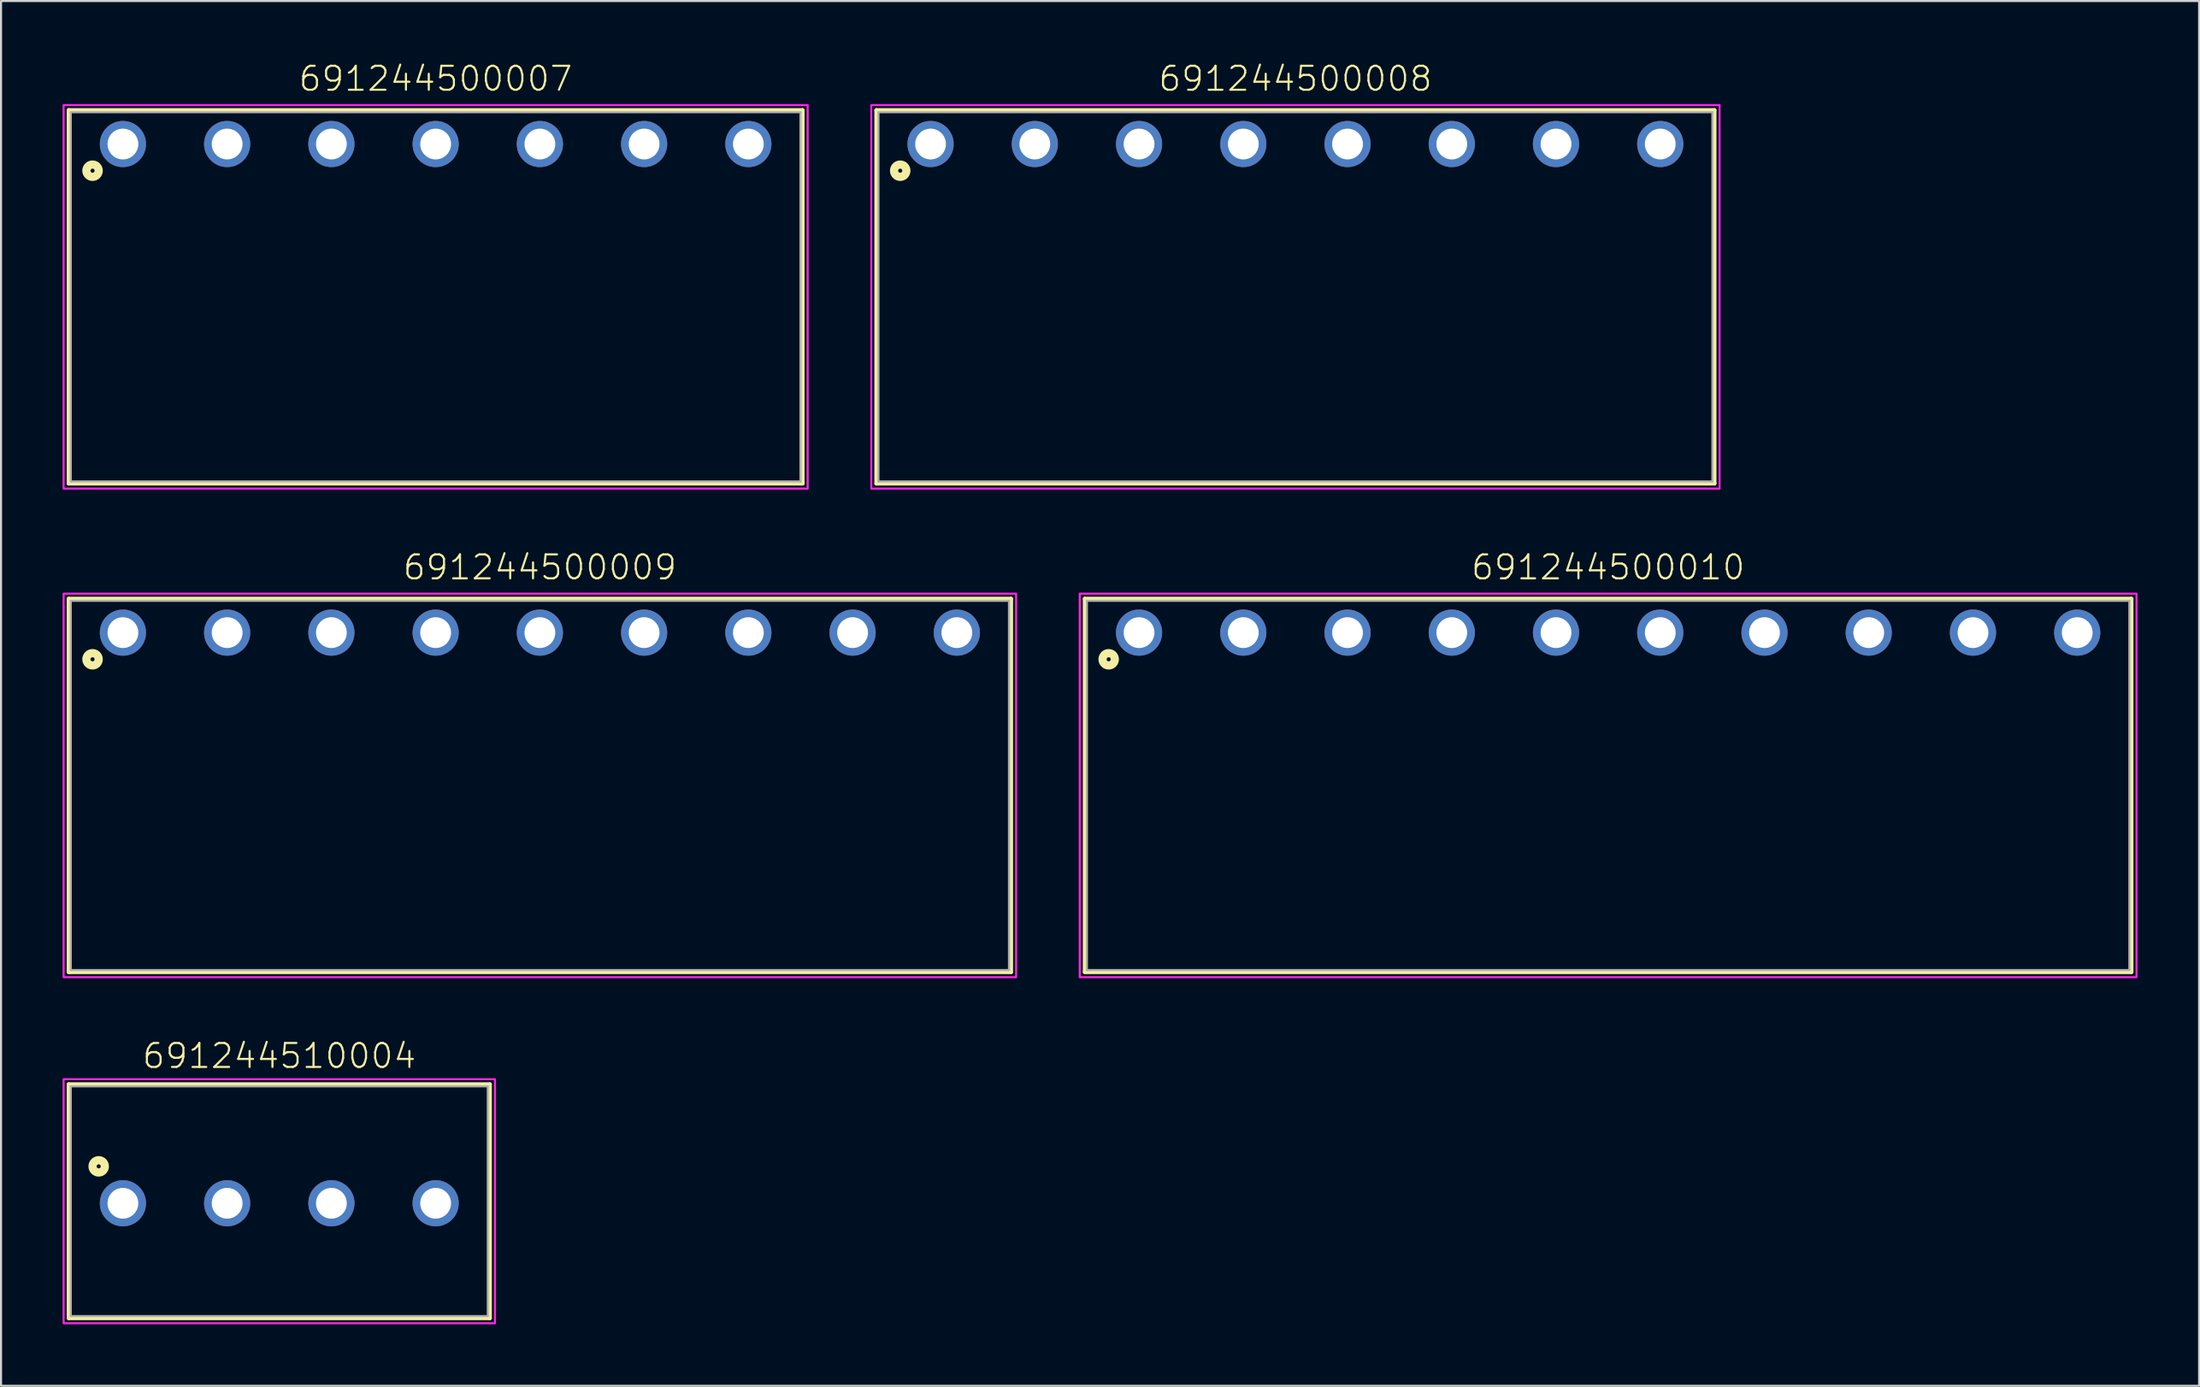
<source format=kicad_pcb>
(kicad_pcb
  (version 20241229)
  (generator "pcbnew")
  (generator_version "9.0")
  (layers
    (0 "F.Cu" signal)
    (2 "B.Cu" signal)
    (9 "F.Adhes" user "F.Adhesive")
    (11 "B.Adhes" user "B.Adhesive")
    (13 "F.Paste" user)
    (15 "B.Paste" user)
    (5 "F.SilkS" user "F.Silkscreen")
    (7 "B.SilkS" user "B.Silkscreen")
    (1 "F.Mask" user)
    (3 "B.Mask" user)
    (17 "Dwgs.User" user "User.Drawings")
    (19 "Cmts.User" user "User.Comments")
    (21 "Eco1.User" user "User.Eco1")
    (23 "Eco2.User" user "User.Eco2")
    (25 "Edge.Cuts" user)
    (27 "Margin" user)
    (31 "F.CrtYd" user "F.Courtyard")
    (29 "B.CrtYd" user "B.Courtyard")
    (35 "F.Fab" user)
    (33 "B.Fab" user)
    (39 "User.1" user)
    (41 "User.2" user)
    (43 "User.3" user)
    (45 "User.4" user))
  (footprint "691244500009"
    (layer "F.Cu")
    (at 23.26 27.796)
    (property "Reference" "691244500009" (at 0 -2.5 0) (unlocked yes) (layer "F.SilkS") (effects (font (size 1.168 1.168) (thickness 0.102)) (justify bottom)))
    (fp_line (start -22.96 -1.65) (end 22.96 -1.65) (stroke (width 0.2) (type solid)) (layer "F.SilkS"))
    (fp_line (start -22.96 16.55) (end -22.96 -1.65) (stroke (width 0.2) (type solid)) (layer "F.SilkS"))
    (fp_line (start 22.96 -1.65) (end 22.96 16.55) (stroke (width 0.2) (type solid)) (layer "F.SilkS"))
    (fp_line (start 22.96 16.55) (end -22.96 16.55) (stroke (width 0.2) (type solid)) (layer "F.SilkS"))
    (fp_circle (center -21.8 1.3) (end -21.7 1.3) (stroke (width 0.4) (type solid)) (fill no) (layer "F.SilkS"))
    (fp_poly (pts (xy 23.21 16.8) (xy -23.21 16.8) (xy -23.21 -1.9) (xy 23.21 -1.9)) (stroke (width 0.1) (type default)) (fill no) (layer "F.CrtYd"))
    (fp_line (start -22.86 16.45) (end -22.86 -1.55) (stroke (width 0.1) (type solid)) (layer "F.Fab"))
    (fp_line (start 22.86 -1.55) (end -22.86 -1.55) (stroke (width 0.1) (type solid)) (layer "F.Fab"))
    (fp_line (start 22.86 16.45) (end -22.86 16.45) (stroke (width 0.1) (type solid)) (layer "F.Fab"))
    (fp_line (start 22.86 16.45) (end 22.86 -1.55) (stroke (width 0.1) (type solid)) (layer "F.Fab"))
    (pad "1" thru_hole circle (at -20.32 0 180) (size 2.25 2.25) (drill 1.5) (layers "*.Cu" "*.Mask"))
    (pad "2" thru_hole circle (at -15.24 0 180) (size 2.25 2.25) (drill 1.5) (layers "*.Cu" "*.Mask"))
    (pad "3" thru_hole circle (at -10.16 0 180) (size 2.25 2.25) (drill 1.5) (layers "*.Cu" "*.Mask"))
    (pad "4" thru_hole circle (at -5.08 0 180) (size 2.25 2.25) (drill 1.5) (layers "*.Cu" "*.Mask"))
    (pad "5" thru_hole circle (at 0 0 180) (size 2.25 2.25) (drill 1.5) (layers "*.Cu" "*.Mask"))
    (pad "6" thru_hole circle (at 5.08 0 180) (size 2.25 2.25) (drill 1.5) (layers "*.Cu" "*.Mask"))
    (pad "7" thru_hole circle (at 10.16 0 180) (size 2.25 2.25) (drill 1.5) (layers "*.Cu" "*.Mask"))
    (pad "8" thru_hole circle (at 15.24 0 180) (size 2.25 2.25) (drill 1.5) (layers "*.Cu" "*.Mask"))
    (pad "9" thru_hole circle (at 20.32 0 180) (size 2.25 2.25) (drill 1.5) (layers "*.Cu" "*.Mask")))
  (footprint "691244510004"
    (layer "F.Cu")
    (at 10.56 55.62)
    (property "Reference" "691244510004" (at 0 -6.5 0) (unlocked yes) (layer "F.SilkS") (effects (font (size 1.168 1.168) (thickness 0.102)) (justify bottom)))
    (fp_line (start -10.26 -5.8) (end 10.26 -5.8) (stroke (width 0.2) (type solid)) (layer "F.SilkS"))
    (fp_line (start -10.26 5.6) (end -10.26 -5.8) (stroke (width 0.2) (type solid)) (layer "F.SilkS"))
    (fp_line (start 10.26 -5.8) (end 10.26 5.6) (stroke (width 0.2) (type solid)) (layer "F.SilkS"))
    (fp_line (start 10.26 5.6) (end -10.26 5.6) (stroke (width 0.2) (type solid)) (layer "F.SilkS"))
    (fp_circle (center -8.8 -1.8) (end -8.7 -1.8) (stroke (width 0.4) (type solid)) (fill no) (layer "F.SilkS"))
    (fp_poly (pts (xy 10.51 5.85) (xy -10.51 5.85) (xy -10.51 -6.05) (xy 10.51 -6.05)) (stroke (width 0.1) (type default)) (fill no) (layer "F.CrtYd"))
    (fp_line (start -10.16 -5.7) (end -10.16 5.5) (stroke (width 0.1) (type solid)) (layer "F.Fab"))
    (fp_line (start -10.16 -5.7) (end 10.16 -5.7) (stroke (width 0.1) (type solid)) (layer "F.Fab"))
    (fp_line (start -10.16 5.5) (end 10.16 5.5) (stroke (width 0.1) (type solid)) (layer "F.Fab"))
    (fp_line (start 10.16 -5.7) (end 10.16 5.5) (stroke (width 0.1) (type solid)) (layer "F.Fab"))
    (pad "1" thru_hole circle (at -7.62 0) (size 2.25 2.25) (drill 1.5) (layers "*.Cu" "*.Mask"))
    (pad "2" thru_hole circle (at -2.54 0) (size 2.25 2.25) (drill 1.5) (layers "*.Cu" "*.Mask"))
    (pad "3" thru_hole circle (at 2.54 0) (size 2.25 2.25) (drill 1.5) (layers "*.Cu" "*.Mask"))
    (pad "4" thru_hole circle (at 7.62 0) (size 2.25 2.25) (drill 1.5) (layers "*.Cu" "*.Mask")))
  (footprint "691244500008"
    (layer "F.Cu")
    (at 60.08 3.973)
    (property "Reference" "691244500008" (at 0 -2.5 0) (unlocked yes) (layer "F.SilkS") (effects (font (size 1.168 1.168) (thickness 0.102)) (justify bottom)))
    (fp_line (start -20.42 -1.65) (end 20.42 -1.65) (stroke (width 0.2) (type solid)) (layer "F.SilkS"))
    (fp_line (start -20.42 16.55) (end -20.42 -1.65) (stroke (width 0.2) (type solid)) (layer "F.SilkS"))
    (fp_line (start 20.42 -1.65) (end 20.42 16.55) (stroke (width 0.2) (type solid)) (layer "F.SilkS"))
    (fp_line (start 20.42 16.55) (end -20.42 16.55) (stroke (width 0.2) (type solid)) (layer "F.SilkS"))
    (fp_circle (center -19.26 1.3) (end -19.16 1.3) (stroke (width 0.4) (type solid)) (fill no) (layer "F.SilkS"))
    (fp_poly (pts (xy 20.67 16.8) (xy -20.67 16.8) (xy -20.67 -1.9) (xy 20.67 -1.9)) (stroke (width 0.1) (type default)) (fill no) (layer "F.CrtYd"))
    (fp_line (start -20.32 16.45) (end -20.32 -1.55) (stroke (width 0.1) (type solid)) (layer "F.Fab"))
    (fp_line (start 20.32 -1.55) (end -20.32 -1.55) (stroke (width 0.1) (type solid)) (layer "F.Fab"))
    (fp_line (start 20.32 16.45) (end -20.32 16.45) (stroke (width 0.1) (type solid)) (layer "F.Fab"))
    (fp_line (start 20.32 16.45) (end 20.32 -1.55) (stroke (width 0.1) (type solid)) (layer "F.Fab"))
    (pad "1" thru_hole circle (at -17.78 0 180) (size 2.25 2.25) (drill 1.5) (layers "*.Cu" "*.Mask"))
    (pad "2" thru_hole circle (at -12.7 0 180) (size 2.25 2.25) (drill 1.5) (layers "*.Cu" "*.Mask"))
    (pad "3" thru_hole circle (at -7.62 0 180) (size 2.25 2.25) (drill 1.5) (layers "*.Cu" "*.Mask"))
    (pad "4" thru_hole circle (at -2.54 0 180) (size 2.25 2.25) (drill 1.5) (layers "*.Cu" "*.Mask"))
    (pad "5" thru_hole circle (at 2.54 0 180) (size 2.25 2.25) (drill 1.5) (layers "*.Cu" "*.Mask"))
    (pad "6" thru_hole circle (at 7.62 0 180) (size 2.25 2.25) (drill 1.5) (layers "*.Cu" "*.Mask"))
    (pad "7" thru_hole circle (at 12.7 0 180) (size 2.25 2.25) (drill 1.5) (layers "*.Cu" "*.Mask"))
    (pad "8" thru_hole circle (at 17.78 0 180) (size 2.25 2.25) (drill 1.5) (layers "*.Cu" "*.Mask")))
  (footprint "691244500010"
    (layer "F.Cu")
    (at 75.32 27.796)
    (property "Reference" "691244500010" (at 0 -2.5 0) (unlocked yes) (layer "F.SilkS") (effects (font (size 1.168 1.168) (thickness 0.102)) (justify bottom)))
    (fp_line (start -25.5 -1.65) (end 25.5 -1.65) (stroke (width 0.2) (type solid)) (layer "F.SilkS"))
    (fp_line (start -25.5 16.55) (end -25.5 -1.65) (stroke (width 0.2) (type solid)) (layer "F.SilkS"))
    (fp_line (start 25.5 -1.65) (end 25.5 16.55) (stroke (width 0.2) (type solid)) (layer "F.SilkS"))
    (fp_line (start 25.5 16.55) (end -25.5 16.55) (stroke (width 0.2) (type solid)) (layer "F.SilkS"))
    (fp_circle (center -24.34 1.3) (end -24.24 1.3) (stroke (width 0.4) (type solid)) (fill no) (layer "F.SilkS"))
    (fp_poly (pts (xy 25.75 16.8) (xy -25.75 16.8) (xy -25.75 -1.9) (xy 25.75 -1.9)) (stroke (width 0.1) (type default)) (fill no) (layer "F.CrtYd"))
    (fp_line (start -25.4 16.45) (end -25.4 -1.55) (stroke (width 0.1) (type solid)) (layer "F.Fab"))
    (fp_line (start 25.4 -1.55) (end -25.4 -1.55) (stroke (width 0.1) (type solid)) (layer "F.Fab"))
    (fp_line (start 25.4 16.45) (end -25.4 16.45) (stroke (width 0.1) (type solid)) (layer "F.Fab"))
    (fp_line (start 25.4 16.45) (end 25.4 -1.55) (stroke (width 0.1) (type solid)) (layer "F.Fab"))
    (pad "1" thru_hole circle (at -22.86 0 180) (size 2.25 2.25) (drill 1.5) (layers "*.Cu" "*.Mask"))
    (pad "2" thru_hole circle (at -17.78 0 180) (size 2.25 2.25) (drill 1.5) (layers "*.Cu" "*.Mask"))
    (pad "3" thru_hole circle (at -12.7 0 180) (size 2.25 2.25) (drill 1.5) (layers "*.Cu" "*.Mask"))
    (pad "4" thru_hole circle (at -7.62 0 180) (size 2.25 2.25) (drill 1.5) (layers "*.Cu" "*.Mask"))
    (pad "5" thru_hole circle (at -2.54 0 180) (size 2.25 2.25) (drill 1.5) (layers "*.Cu" "*.Mask"))
    (pad "6" thru_hole circle (at 2.54 0 180) (size 2.25 2.25) (drill 1.5) (layers "*.Cu" "*.Mask"))
    (pad "7" thru_hole circle (at 7.62 0 180) (size 2.25 2.25) (drill 1.5) (layers "*.Cu" "*.Mask"))
    (pad "8" thru_hole circle (at 12.7 0 180) (size 2.25 2.25) (drill 1.5) (layers "*.Cu" "*.Mask"))
    (pad "9" thru_hole circle (at 17.78 0 180) (size 2.25 2.25) (drill 1.5) (layers "*.Cu" "*.Mask"))
    (pad "10" thru_hole circle (at 22.86 0 180) (size 2.25 2.25) (drill 1.5) (layers "*.Cu" "*.Mask")))
  (footprint "691244500007"
    (layer "F.Cu")
    (at 18.18 3.973)
    (property "Reference" "691244500007" (at 0 -2.5 0) (unlocked yes) (layer "F.SilkS") (effects (font (size 1.168 1.168) (thickness 0.102)) (justify bottom)))
    (fp_line (start -17.88 -1.65) (end 17.88 -1.65) (stroke (width 0.2) (type solid)) (layer "F.SilkS"))
    (fp_line (start -17.88 16.55) (end -17.88 -1.65) (stroke (width 0.2) (type solid)) (layer "F.SilkS"))
    (fp_line (start 17.88 -1.65) (end 17.88 16.55) (stroke (width 0.2) (type solid)) (layer "F.SilkS"))
    (fp_line (start 17.88 16.55) (end -17.88 16.55) (stroke (width 0.2) (type solid)) (layer "F.SilkS"))
    (fp_circle (center -16.72 1.3) (end -16.62 1.3) (stroke (width 0.4) (type solid)) (fill no) (layer "F.SilkS"))
    (fp_poly (pts (xy 18.13 16.8) (xy -18.13 16.8) (xy -18.13 -1.9) (xy 18.13 -1.9)) (stroke (width 0.1) (type default)) (fill no) (layer "F.CrtYd"))
    (fp_line (start -17.78 16.45) (end -17.78 -1.55) (stroke (width 0.1) (type solid)) (layer "F.Fab"))
    (fp_line (start 17.78 -1.55) (end -17.78 -1.55) (stroke (width 0.1) (type solid)) (layer "F.Fab"))
    (fp_line (start 17.78 16.45) (end -17.78 16.45) (stroke (width 0.1) (type solid)) (layer "F.Fab"))
    (fp_line (start 17.78 16.45) (end 17.78 -1.55) (stroke (width 0.1) (type solid)) (layer "F.Fab"))
    (pad "1" thru_hole circle (at -15.24 0 180) (size 2.25 2.25) (drill 1.5) (layers "*.Cu" "*.Mask"))
    (pad "2" thru_hole circle (at -10.16 0 180) (size 2.25 2.25) (drill 1.5) (layers "*.Cu" "*.Mask"))
    (pad "3" thru_hole circle (at -5.08 0 180) (size 2.25 2.25) (drill 1.5) (layers "*.Cu" "*.Mask"))
    (pad "4" thru_hole circle (at 0 0 180) (size 2.25 2.25) (drill 1.5) (layers "*.Cu" "*.Mask"))
    (pad "5" thru_hole circle (at 5.08 0 180) (size 2.25 2.25) (drill 1.5) (layers "*.Cu" "*.Mask"))
    (pad "6" thru_hole circle (at 10.16 0 180) (size 2.25 2.25) (drill 1.5) (layers "*.Cu" "*.Mask"))
    (pad "7" thru_hole circle (at 15.24 0 180) (size 2.25 2.25) (drill 1.5) (layers "*.Cu" "*.Mask")))
  (gr_rect
    (start -3 -3)
    (end 104.12 64.52)
    (stroke (width 0.1) (type default))
    (fill no)
    (layer "Edge.Cuts")))
</source>
